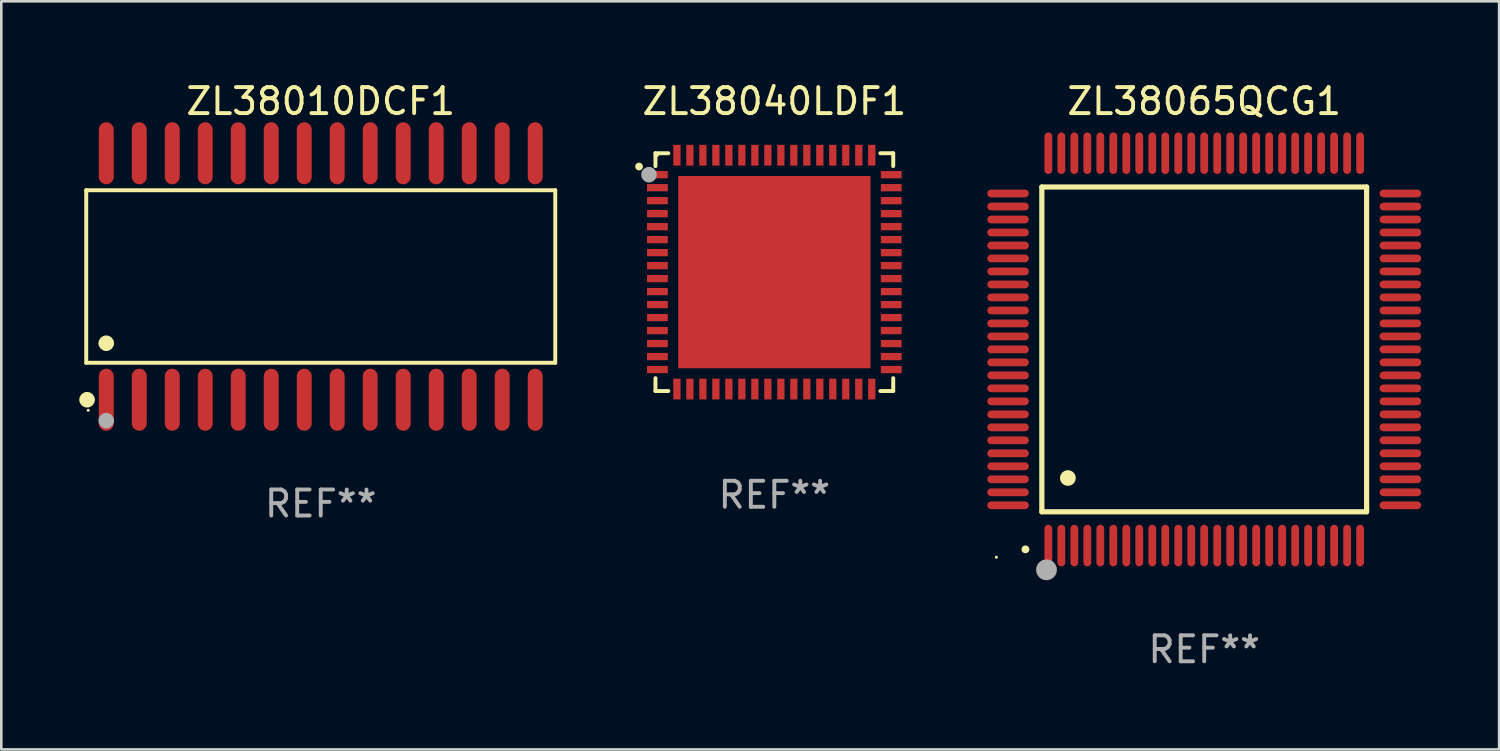
<source format=kicad_pcb>
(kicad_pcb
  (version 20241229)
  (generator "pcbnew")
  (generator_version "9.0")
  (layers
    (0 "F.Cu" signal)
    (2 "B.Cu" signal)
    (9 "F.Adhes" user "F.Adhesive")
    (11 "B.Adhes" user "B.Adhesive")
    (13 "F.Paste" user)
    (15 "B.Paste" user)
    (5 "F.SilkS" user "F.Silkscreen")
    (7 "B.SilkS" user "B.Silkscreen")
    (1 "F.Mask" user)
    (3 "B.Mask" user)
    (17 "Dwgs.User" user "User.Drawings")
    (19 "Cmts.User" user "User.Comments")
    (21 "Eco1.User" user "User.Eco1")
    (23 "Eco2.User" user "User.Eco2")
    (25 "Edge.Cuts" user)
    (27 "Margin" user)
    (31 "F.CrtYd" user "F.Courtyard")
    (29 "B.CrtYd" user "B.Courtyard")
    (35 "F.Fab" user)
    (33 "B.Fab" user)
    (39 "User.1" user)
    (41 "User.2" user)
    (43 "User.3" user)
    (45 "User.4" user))
  (footprint "ZL38040LDF1"
    (layer "F.Cu")
    (at 26.754 7.424)
    (property "Reference" "ZL38040LDF1" (at 0 -6.576 0) (layer "F.SilkS") (effects (font (size 1 1) (thickness 0.15))))
    (attr through_hole)
    (fp_line (start -4.576 -4.576) (end -4.576 -4.081) (stroke (width 0.152) (type solid)) (layer "F.SilkS"))
    (fp_line (start -4.576 4.576) (end -4.576 4.081) (stroke (width 0.152) (type solid)) (layer "F.SilkS"))
    (fp_line (start -4.081 -4.576) (end -4.576 -4.576) (stroke (width 0.152) (type solid)) (layer "F.SilkS"))
    (fp_line (start -4.081 4.576) (end -4.576 4.576) (stroke (width 0.152) (type solid)) (layer "F.SilkS"))
    (fp_line (start 4.081 -4.576) (end 4.576 -4.576) (stroke (width 0.152) (type solid)) (layer "F.SilkS"))
    (fp_line (start 4.081 4.576) (end 4.576 4.576) (stroke (width 0.152) (type solid)) (layer "F.SilkS"))
    (fp_line (start 4.576 -4.576) (end 4.576 -4.081) (stroke (width 0.152) (type solid)) (layer "F.SilkS"))
    (fp_line (start 4.576 4.576) (end 4.576 4.081) (stroke (width 0.152) (type solid)) (layer "F.SilkS"))
    (fp_circle (center -5.207 -4.064) (end -5.132 -4.064) (stroke (width 0.15) (type solid)) (fill no) (layer "F.SilkS"))
    (fp_circle (center -4.5 -4.5) (end -4.47 -4.5) (stroke (width 0.06) (type solid)) (fill no) (layer "F.SilkS"))
    (fp_circle (center -4.826 -3.75) (end -4.676 -3.75) (stroke (width 0.3) (type solid)) (fill no) (layer "F.Fab"))
    (fp_text user "REF**" (at 0 8.576 0) (layer "F.Fab") (effects (font (size 1 1) (thickness 0.15))))
    (pad "1" smd rect (at -4.5 -3.75) (size 0.8 0.28) (layers "F.Cu" "F.Mask" "F.Paste"))
    (pad "2" smd rect (at -4.5 -3.25) (size 0.8 0.28) (layers "F.Cu" "F.Mask" "F.Paste"))
    (pad "3" smd rect (at -4.5 -2.75) (size 0.8 0.28) (layers "F.Cu" "F.Mask" "F.Paste"))
    (pad "4" smd rect (at -4.5 -2.25) (size 0.8 0.28) (layers "F.Cu" "F.Mask" "F.Paste"))
    (pad "5" smd rect (at -4.5 -1.75) (size 0.8 0.28) (layers "F.Cu" "F.Mask" "F.Paste"))
    (pad "6" smd rect (at -4.5 -1.25) (size 0.8 0.28) (layers "F.Cu" "F.Mask" "F.Paste"))
    (pad "7" smd rect (at -4.5 -0.75) (size 0.8 0.28) (layers "F.Cu" "F.Mask" "F.Paste"))
    (pad "8" smd rect (at -4.5 -0.25) (size 0.8 0.28) (layers "F.Cu" "F.Mask" "F.Paste"))
    (pad "9" smd rect (at -4.5 0.25) (size 0.8 0.28) (layers "F.Cu" "F.Mask" "F.Paste"))
    (pad "10" smd rect (at -4.5 0.75) (size 0.8 0.28) (layers "F.Cu" "F.Mask" "F.Paste"))
    (pad "11" smd rect (at -4.5 1.25) (size 0.8 0.28) (layers "F.Cu" "F.Mask" "F.Paste"))
    (pad "12" smd rect (at -4.5 1.75) (size 0.8 0.28) (layers "F.Cu" "F.Mask" "F.Paste"))
    (pad "13" smd rect (at -4.5 2.25) (size 0.8 0.28) (layers "F.Cu" "F.Mask" "F.Paste"))
    (pad "14" smd rect (at -4.5 2.75) (size 0.8 0.28) (layers "F.Cu" "F.Mask" "F.Paste"))
    (pad "15" smd rect (at -4.5 3.25) (size 0.8 0.28) (layers "F.Cu" "F.Mask" "F.Paste"))
    (pad "16" smd rect (at -4.5 3.75) (size 0.8 0.28) (layers "F.Cu" "F.Mask" "F.Paste"))
    (pad "17" smd rect (at -3.75 4.5) (size 0.28 0.8) (layers "F.Cu" "F.Mask" "F.Paste"))
    (pad "18" smd rect (at -3.25 4.5) (size 0.28 0.8) (layers "F.Cu" "F.Mask" "F.Paste"))
    (pad "19" smd rect (at -2.75 4.5) (size 0.28 0.8) (layers "F.Cu" "F.Mask" "F.Paste"))
    (pad "20" smd rect (at -2.25 4.5) (size 0.28 0.8) (layers "F.Cu" "F.Mask" "F.Paste"))
    (pad "21" smd rect (at -1.75 4.5) (size 0.28 0.8) (layers "F.Cu" "F.Mask" "F.Paste"))
    (pad "22" smd rect (at -1.25 4.5) (size 0.28 0.8) (layers "F.Cu" "F.Mask" "F.Paste"))
    (pad "23" smd rect (at -0.75 4.5) (size 0.28 0.8) (layers "F.Cu" "F.Mask" "F.Paste"))
    (pad "24" smd rect (at -0.25 4.5) (size 0.28 0.8) (layers "F.Cu" "F.Mask" "F.Paste"))
    (pad "25" smd rect (at 0.25 4.5) (size 0.28 0.8) (layers "F.Cu" "F.Mask" "F.Paste"))
    (pad "26" smd rect (at 0.75 4.5) (size 0.28 0.8) (layers "F.Cu" "F.Mask" "F.Paste"))
    (pad "27" smd rect (at 1.25 4.5) (size 0.28 0.8) (layers "F.Cu" "F.Mask" "F.Paste"))
    (pad "28" smd rect (at 1.75 4.5) (size 0.28 0.8) (layers "F.Cu" "F.Mask" "F.Paste"))
    (pad "29" smd rect (at 2.25 4.5) (size 0.28 0.8) (layers "F.Cu" "F.Mask" "F.Paste"))
    (pad "30" smd rect (at 2.75 4.5) (size 0.28 0.8) (layers "F.Cu" "F.Mask" "F.Paste"))
    (pad "31" smd rect (at 3.25 4.5) (size 0.28 0.8) (layers "F.Cu" "F.Mask" "F.Paste"))
    (pad "32" smd rect (at 3.75 4.5) (size 0.28 0.8) (layers "F.Cu" "F.Mask" "F.Paste"))
    (pad "33" smd rect (at 4.5 3.75) (size 0.8 0.28) (layers "F.Cu" "F.Mask" "F.Paste"))
    (pad "34" smd rect (at 4.5 3.25) (size 0.8 0.28) (layers "F.Cu" "F.Mask" "F.Paste"))
    (pad "35" smd rect (at 4.5 2.75) (size 0.8 0.28) (layers "F.Cu" "F.Mask" "F.Paste"))
    (pad "36" smd rect (at 4.5 2.25) (size 0.8 0.28) (layers "F.Cu" "F.Mask" "F.Paste"))
    (pad "37" smd rect (at 4.5 1.75) (size 0.8 0.28) (layers "F.Cu" "F.Mask" "F.Paste"))
    (pad "38" smd rect (at 4.5 1.25) (size 0.8 0.28) (layers "F.Cu" "F.Mask" "F.Paste"))
    (pad "39" smd rect (at 4.5 0.75) (size 0.8 0.28) (layers "F.Cu" "F.Mask" "F.Paste"))
    (pad "40" smd rect (at 4.5 0.25) (size 0.8 0.28) (layers "F.Cu" "F.Mask" "F.Paste"))
    (pad "41" smd rect (at 4.5 -0.25) (size 0.8 0.28) (layers "F.Cu" "F.Mask" "F.Paste"))
    (pad "42" smd rect (at 4.5 -0.75) (size 0.8 0.28) (layers "F.Cu" "F.Mask" "F.Paste"))
    (pad "43" smd rect (at 4.5 -1.25) (size 0.8 0.28) (layers "F.Cu" "F.Mask" "F.Paste"))
    (pad "44" smd rect (at 4.5 -1.75) (size 0.8 0.28) (layers "F.Cu" "F.Mask" "F.Paste"))
    (pad "45" smd rect (at 4.5 -2.25) (size 0.8 0.28) (layers "F.Cu" "F.Mask" "F.Paste"))
    (pad "46" smd rect (at 4.5 -2.75) (size 0.8 0.28) (layers "F.Cu" "F.Mask" "F.Paste"))
    (pad "47" smd rect (at 4.5 -3.25) (size 0.8 0.28) (layers "F.Cu" "F.Mask" "F.Paste"))
    (pad "48" smd rect (at 4.5 -3.75) (size 0.8 0.28) (layers "F.Cu" "F.Mask" "F.Paste"))
    (pad "49" smd rect (at 3.75 -4.5) (size 0.28 0.8) (layers "F.Cu" "F.Mask" "F.Paste"))
    (pad "50" smd rect (at 3.25 -4.5) (size 0.28 0.8) (layers "F.Cu" "F.Mask" "F.Paste"))
    (pad "51" smd rect (at 2.75 -4.5) (size 0.28 0.8) (layers "F.Cu" "F.Mask" "F.Paste"))
    (pad "52" smd rect (at 2.25 -4.5) (size 0.28 0.8) (layers "F.Cu" "F.Mask" "F.Paste"))
    (pad "53" smd rect (at 1.75 -4.5) (size 0.28 0.8) (layers "F.Cu" "F.Mask" "F.Paste"))
    (pad "54" smd rect (at 1.25 -4.5) (size 0.28 0.8) (layers "F.Cu" "F.Mask" "F.Paste"))
    (pad "55" smd rect (at 0.75 -4.5) (size 0.28 0.8) (layers "F.Cu" "F.Mask" "F.Paste"))
    (pad "56" smd rect (at 0.25 -4.5) (size 0.28 0.8) (layers "F.Cu" "F.Mask" "F.Paste"))
    (pad "57" smd rect (at -0.25 -4.5) (size 0.28 0.8) (layers "F.Cu" "F.Mask" "F.Paste"))
    (pad "58" smd rect (at -0.75 -4.5) (size 0.28 0.8) (layers "F.Cu" "F.Mask" "F.Paste"))
    (pad "59" smd rect (at -1.25 -4.5) (size 0.28 0.8) (layers "F.Cu" "F.Mask" "F.Paste"))
    (pad "60" smd rect (at -1.75 -4.5) (size 0.28 0.8) (layers "F.Cu" "F.Mask" "F.Paste"))
    (pad "61" smd rect (at -2.25 -4.5) (size 0.28 0.8) (layers "F.Cu" "F.Mask" "F.Paste"))
    (pad "62" smd rect (at -2.75 -4.5) (size 0.28 0.8) (layers "F.Cu" "F.Mask" "F.Paste"))
    (pad "63" smd rect (at -3.25 -4.5) (size 0.28 0.8) (layers "F.Cu" "F.Mask" "F.Paste"))
    (pad "64" smd rect (at -3.75 -4.5) (size 0.28 0.8) (layers "F.Cu" "F.Mask" "F.Paste"))
    (pad "65" smd rect (at 0 0) (size 7.4 7.4) (layers "F.Cu" "F.Mask" "F.Paste")))
  (footprint "ZL38065QCG1"
    (layer "F.Cu")
    (at 43.3 10.398)
    (property "Reference" "ZL38065QCG1" (at 0 -9.55 0) (layer "F.SilkS") (effects (font (size 1 1) (thickness 0.15))))
    (attr through_hole)
    (fp_line (start -6.25 -6.25) (end -6.25 6.25) (stroke (width 0.2) (type solid)) (layer "F.SilkS"))
    (fp_line (start -6.25 6.25) (end 6.25 6.25) (stroke (width 0.2) (type solid)) (layer "F.SilkS"))
    (fp_line (start 6.25 -6.25) (end -6.25 -6.25) (stroke (width 0.2) (type solid)) (layer "F.SilkS"))
    (fp_line (start 6.25 6.25) (end 6.25 -6.25) (stroke (width 0.2) (type solid)) (layer "F.SilkS"))
    (fp_arc (start -6.883414 7.696215) (mid -6.882144 7.69621) (end -6.880874 7.696215) (stroke (width 0.3) (type solid)) (layer "F.SilkS"))
    (fp_arc (start -5.250191 4.95047) (mid -5.247651 4.950459) (end -5.245111 4.95047) (stroke (width 0.6) (type solid)) (layer "F.SilkS"))
    (fp_circle (center -8 8) (end -7.97 8) (stroke (width 0.06) (type solid)) (fill no) (layer "F.SilkS"))
    (fp_circle (center -6.071 8.484) (end -5.871 8.484) (stroke (width 0.4) (type solid)) (fill no) (layer "F.Fab"))
    (fp_text user "REF**" (at 0 11.55 0) (layer "F.Fab") (effects (font (size 1 1) (thickness 0.15))))
    (pad "1" smd oval (at -6 7.55) (size 0.3 1.6) (layers "F.Cu" "F.Mask" "F.Paste"))
    (pad "2" smd oval (at -5.5 7.55) (size 0.3 1.6) (layers "F.Cu" "F.Mask" "F.Paste"))
    (pad "3" smd oval (at -5 7.55) (size 0.3 1.6) (layers "F.Cu" "F.Mask" "F.Paste"))
    (pad "4" smd oval (at -4.5 7.55) (size 0.3 1.6) (layers "F.Cu" "F.Mask" "F.Paste"))
    (pad "5" smd oval (at -4 7.55) (size 0.3 1.6) (layers "F.Cu" "F.Mask" "F.Paste"))
    (pad "6" smd oval (at -3.5 7.55) (size 0.3 1.6) (layers "F.Cu" "F.Mask" "F.Paste"))
    (pad "7" smd oval (at -3 7.55) (size 0.3 1.6) (layers "F.Cu" "F.Mask" "F.Paste"))
    (pad "8" smd oval (at -2.5 7.55) (size 0.3 1.6) (layers "F.Cu" "F.Mask" "F.Paste"))
    (pad "9" smd oval (at -2 7.55) (size 0.3 1.6) (layers "F.Cu" "F.Mask" "F.Paste"))
    (pad "10" smd oval (at -1.5 7.55) (size 0.3 1.6) (layers "F.Cu" "F.Mask" "F.Paste"))
    (pad "11" smd oval (at -1 7.55) (size 0.3 1.6) (layers "F.Cu" "F.Mask" "F.Paste"))
    (pad "12" smd oval (at -0.5 7.55) (size 0.3 1.6) (layers "F.Cu" "F.Mask" "F.Paste"))
    (pad "13" smd oval (at 0 7.55) (size 0.3 1.6) (layers "F.Cu" "F.Mask" "F.Paste"))
    (pad "14" smd oval (at 0.5 7.55) (size 0.3 1.6) (layers "F.Cu" "F.Mask" "F.Paste"))
    (pad "15" smd oval (at 1 7.55) (size 0.3 1.6) (layers "F.Cu" "F.Mask" "F.Paste"))
    (pad "16" smd oval (at 1.5 7.55) (size 0.3 1.6) (layers "F.Cu" "F.Mask" "F.Paste"))
    (pad "17" smd oval (at 2 7.55) (size 0.3 1.6) (layers "F.Cu" "F.Mask" "F.Paste"))
    (pad "18" smd oval (at 2.5 7.55) (size 0.3 1.6) (layers "F.Cu" "F.Mask" "F.Paste"))
    (pad "19" smd oval (at 3 7.55) (size 0.3 1.6) (layers "F.Cu" "F.Mask" "F.Paste"))
    (pad "20" smd oval (at 3.5 7.55) (size 0.3 1.6) (layers "F.Cu" "F.Mask" "F.Paste"))
    (pad "21" smd oval (at 4 7.55) (size 0.3 1.6) (layers "F.Cu" "F.Mask" "F.Paste"))
    (pad "22" smd oval (at 4.5 7.55) (size 0.3 1.6) (layers "F.Cu" "F.Mask" "F.Paste"))
    (pad "23" smd oval (at 5 7.55) (size 0.3 1.6) (layers "F.Cu" "F.Mask" "F.Paste"))
    (pad "24" smd oval (at 5.5 7.55) (size 0.3 1.6) (layers "F.Cu" "F.Mask" "F.Paste"))
    (pad "25" smd oval (at 6 7.55) (size 0.3 1.6) (layers "F.Cu" "F.Mask" "F.Paste"))
    (pad "26" smd oval (at 7.55 6) (size 1.6 0.3) (layers "F.Cu" "F.Mask" "F.Paste"))
    (pad "27" smd oval (at 7.55 5.5) (size 1.6 0.3) (layers "F.Cu" "F.Mask" "F.Paste"))
    (pad "28" smd oval (at 7.55 5) (size 1.6 0.3) (layers "F.Cu" "F.Mask" "F.Paste"))
    (pad "29" smd oval (at 7.55 4.5) (size 1.6 0.3) (layers "F.Cu" "F.Mask" "F.Paste"))
    (pad "30" smd oval (at 7.55 4) (size 1.6 0.3) (layers "F.Cu" "F.Mask" "F.Paste"))
    (pad "31" smd oval (at 7.55 3.5) (size 1.6 0.3) (layers "F.Cu" "F.Mask" "F.Paste"))
    (pad "32" smd oval (at 7.55 3) (size 1.6 0.3) (layers "F.Cu" "F.Mask" "F.Paste"))
    (pad "33" smd oval (at 7.55 2.5) (size 1.6 0.3) (layers "F.Cu" "F.Mask" "F.Paste"))
    (pad "34" smd oval (at 7.55 2) (size 1.6 0.3) (layers "F.Cu" "F.Mask" "F.Paste"))
    (pad "35" smd oval (at 7.55 1.5) (size 1.6 0.3) (layers "F.Cu" "F.Mask" "F.Paste"))
    (pad "36" smd oval (at 7.55 1) (size 1.6 0.3) (layers "F.Cu" "F.Mask" "F.Paste"))
    (pad "37" smd oval (at 7.55 0.5) (size 1.6 0.3) (layers "F.Cu" "F.Mask" "F.Paste"))
    (pad "38" smd oval (at 7.55 0) (size 1.6 0.3) (layers "F.Cu" "F.Mask" "F.Paste"))
    (pad "39" smd oval (at 7.55 -0.5) (size 1.6 0.3) (layers "F.Cu" "F.Mask" "F.Paste"))
    (pad "40" smd oval (at 7.55 -1) (size 1.6 0.3) (layers "F.Cu" "F.Mask" "F.Paste"))
    (pad "41" smd oval (at 7.55 -1.5) (size 1.6 0.3) (layers "F.Cu" "F.Mask" "F.Paste"))
    (pad "42" smd oval (at 7.55 -2) (size 1.6 0.3) (layers "F.Cu" "F.Mask" "F.Paste"))
    (pad "43" smd oval (at 7.55 -2.5) (size 1.6 0.3) (layers "F.Cu" "F.Mask" "F.Paste"))
    (pad "44" smd oval (at 7.55 -3) (size 1.6 0.3) (layers "F.Cu" "F.Mask" "F.Paste"))
    (pad "45" smd oval (at 7.55 -3.5) (size 1.6 0.3) (layers "F.Cu" "F.Mask" "F.Paste"))
    (pad "46" smd oval (at 7.55 -4) (size 1.6 0.3) (layers "F.Cu" "F.Mask" "F.Paste"))
    (pad "47" smd oval (at 7.55 -4.5) (size 1.6 0.3) (layers "F.Cu" "F.Mask" "F.Paste"))
    (pad "48" smd oval (at 7.55 -5) (size 1.6 0.3) (layers "F.Cu" "F.Mask" "F.Paste"))
    (pad "49" smd oval (at 7.55 -5.5) (size 1.6 0.3) (layers "F.Cu" "F.Mask" "F.Paste"))
    (pad "50" smd oval (at 7.55 -6) (size 1.6 0.3) (layers "F.Cu" "F.Mask" "F.Paste"))
    (pad "51" smd oval (at 6 -7.55) (size 0.3 1.6) (layers "F.Cu" "F.Mask" "F.Paste"))
    (pad "52" smd oval (at 5.5 -7.55) (size 0.3 1.6) (layers "F.Cu" "F.Mask" "F.Paste"))
    (pad "53" smd oval (at 5 -7.55) (size 0.3 1.6) (layers "F.Cu" "F.Mask" "F.Paste"))
    (pad "54" smd oval (at 4.5 -7.55) (size 0.3 1.6) (layers "F.Cu" "F.Mask" "F.Paste"))
    (pad "55" smd oval (at 4 -7.55) (size 0.3 1.6) (layers "F.Cu" "F.Mask" "F.Paste"))
    (pad "56" smd oval (at 3.5 -7.55) (size 0.3 1.6) (layers "F.Cu" "F.Mask" "F.Paste"))
    (pad "57" smd oval (at 3 -7.55) (size 0.3 1.6) (layers "F.Cu" "F.Mask" "F.Paste"))
    (pad "58" smd oval (at 2.5 -7.55) (size 0.3 1.6) (layers "F.Cu" "F.Mask" "F.Paste"))
    (pad "59" smd oval (at 2 -7.55) (size 0.3 1.6) (layers "F.Cu" "F.Mask" "F.Paste"))
    (pad "60" smd oval (at 1.5 -7.55) (size 0.3 1.6) (layers "F.Cu" "F.Mask" "F.Paste"))
    (pad "61" smd oval (at 1 -7.55) (size 0.3 1.6) (layers "F.Cu" "F.Mask" "F.Paste"))
    (pad "62" smd oval (at 0.5 -7.55) (size 0.3 1.6) (layers "F.Cu" "F.Mask" "F.Paste"))
    (pad "63" smd oval (at 0 -7.55) (size 0.3 1.6) (layers "F.Cu" "F.Mask" "F.Paste"))
    (pad "64" smd oval (at -0.5 -7.55) (size 0.3 1.6) (layers "F.Cu" "F.Mask" "F.Paste"))
    (pad "65" smd oval (at -1 -7.55) (size 0.3 1.6) (layers "F.Cu" "F.Mask" "F.Paste"))
    (pad "66" smd oval (at -1.5 -7.55) (size 0.3 1.6) (layers "F.Cu" "F.Mask" "F.Paste"))
    (pad "67" smd oval (at -2 -7.55) (size 0.3 1.6) (layers "F.Cu" "F.Mask" "F.Paste"))
    (pad "68" smd oval (at -2.5 -7.55) (size 0.3 1.6) (layers "F.Cu" "F.Mask" "F.Paste"))
    (pad "69" smd oval (at -3 -7.55) (size 0.3 1.6) (layers "F.Cu" "F.Mask" "F.Paste"))
    (pad "70" smd oval (at -3.5 -7.55) (size 0.3 1.6) (layers "F.Cu" "F.Mask" "F.Paste"))
    (pad "71" smd oval (at -4 -7.55) (size 0.3 1.6) (layers "F.Cu" "F.Mask" "F.Paste"))
    (pad "72" smd oval (at -4.5 -7.55) (size 0.3 1.6) (layers "F.Cu" "F.Mask" "F.Paste"))
    (pad "73" smd oval (at -5 -7.55) (size 0.3 1.6) (layers "F.Cu" "F.Mask" "F.Paste"))
    (pad "74" smd oval (at -5.5 -7.55) (size 0.3 1.6) (layers "F.Cu" "F.Mask" "F.Paste"))
    (pad "75" smd oval (at -6 -7.55) (size 0.3 1.6) (layers "F.Cu" "F.Mask" "F.Paste"))
    (pad "76" smd oval (at -7.55 -6) (size 1.6 0.3) (layers "F.Cu" "F.Mask" "F.Paste"))
    (pad "77" smd oval (at -7.55 -5.5) (size 1.6 0.3) (layers "F.Cu" "F.Mask" "F.Paste"))
    (pad "78" smd oval (at -7.55 -5) (size 1.6 0.3) (layers "F.Cu" "F.Mask" "F.Paste"))
    (pad "79" smd oval (at -7.55 -4.5) (size 1.6 0.3) (layers "F.Cu" "F.Mask" "F.Paste"))
    (pad "80" smd oval (at -7.55 -4) (size 1.6 0.3) (layers "F.Cu" "F.Mask" "F.Paste"))
    (pad "81" smd oval (at -7.55 -3.5) (size 1.6 0.3) (layers "F.Cu" "F.Mask" "F.Paste"))
    (pad "82" smd oval (at -7.55 -3) (size 1.6 0.3) (layers "F.Cu" "F.Mask" "F.Paste"))
    (pad "83" smd oval (at -7.55 -2.5) (size 1.6 0.3) (layers "F.Cu" "F.Mask" "F.Paste"))
    (pad "84" smd oval (at -7.55 -2) (size 1.6 0.3) (layers "F.Cu" "F.Mask" "F.Paste"))
    (pad "85" smd oval (at -7.55 -1.5) (size 1.6 0.3) (layers "F.Cu" "F.Mask" "F.Paste"))
    (pad "86" smd oval (at -7.55 -1) (size 1.6 0.3) (layers "F.Cu" "F.Mask" "F.Paste"))
    (pad "87" smd oval (at -7.55 -0.5) (size 1.6 0.3) (layers "F.Cu" "F.Mask" "F.Paste"))
    (pad "88" smd oval (at -7.55 0) (size 1.6 0.3) (layers "F.Cu" "F.Mask" "F.Paste"))
    (pad "89" smd oval (at -7.55 0.5) (size 1.6 0.3) (layers "F.Cu" "F.Mask" "F.Paste"))
    (pad "90" smd oval (at -7.55 1) (size 1.6 0.3) (layers "F.Cu" "F.Mask" "F.Paste"))
    (pad "91" smd oval (at -7.55 1.5) (size 1.6 0.3) (layers "F.Cu" "F.Mask" "F.Paste"))
    (pad "92" smd oval (at -7.55 2) (size 1.6 0.3) (layers "F.Cu" "F.Mask" "F.Paste"))
    (pad "93" smd oval (at -7.55 2.5) (size 1.6 0.3) (layers "F.Cu" "F.Mask" "F.Paste"))
    (pad "94" smd oval (at -7.55 3) (size 1.6 0.3) (layers "F.Cu" "F.Mask" "F.Paste"))
    (pad "95" smd oval (at -7.55 3.5) (size 1.6 0.3) (layers "F.Cu" "F.Mask" "F.Paste"))
    (pad "96" smd oval (at -7.55 4) (size 1.6 0.3) (layers "F.Cu" "F.Mask" "F.Paste"))
    (pad "97" smd oval (at -7.55 4.5) (size 1.6 0.3) (layers "F.Cu" "F.Mask" "F.Paste"))
    (pad "98" smd oval (at -7.55 5) (size 1.6 0.3) (layers "F.Cu" "F.Mask" "F.Paste"))
    (pad "99" smd oval (at -7.55 5.5) (size 1.6 0.3) (layers "F.Cu" "F.Mask" "F.Paste"))
    (pad "100" smd oval (at -7.55 6) (size 1.6 0.3) (layers "F.Cu" "F.Mask" "F.Paste")))
  (footprint "ZL38010DCF1"
    (layer "F.Cu")
    (at 9.295 7.592)
    (property "Reference" "ZL38010DCF1" (at 0 -6.744 0) (layer "F.SilkS") (effects (font (size 1 1) (thickness 0.15))))
    (attr through_hole)
    (fp_line (start -9.026 -3.321) (end 9.026 -3.321) (stroke (width 0.152) (type solid)) (layer "F.SilkS"))
    (fp_line (start -9.026 3.321) (end -9.026 -3.321) (stroke (width 0.152) (type solid)) (layer "F.SilkS"))
    (fp_line (start 9.026 -3.321) (end 9.026 3.321) (stroke (width 0.152) (type solid)) (layer "F.SilkS"))
    (fp_line (start 9.026 3.321) (end -9.026 3.321) (stroke (width 0.152) (type solid)) (layer "F.SilkS"))
    (fp_circle (center -8.994 4.744) (end -8.844 4.744) (stroke (width 0.3) (type solid)) (fill no) (layer "F.SilkS"))
    (fp_circle (center -8.95 5.15) (end -8.92 5.15) (stroke (width 0.06) (type solid)) (fill no) (layer "F.SilkS"))
    (fp_circle (center -8.255 2.569) (end -8.105 2.569) (stroke (width 0.3) (type solid)) (fill no) (layer "F.SilkS"))
    (fp_circle (center -8.255 5.55) (end -8.105 5.55) (stroke (width 0.3) (type solid)) (fill no) (layer "F.Fab"))
    (fp_text user "REF**" (at 0 8.744 0) (layer "F.Fab") (effects (font (size 1 1) (thickness 0.15))))
    (pad "1" smd oval (at -8.255 4.744) (size 0.574 2.388) (layers "F.Cu" "F.Mask" "F.Paste"))
    (pad "2" smd oval (at -6.985 4.744) (size 0.574 2.388) (layers "F.Cu" "F.Mask" "F.Paste"))
    (pad "3" smd oval (at -5.715 4.744) (size 0.574 2.388) (layers "F.Cu" "F.Mask" "F.Paste"))
    (pad "4" smd oval (at -4.445 4.744) (size 0.574 2.388) (layers "F.Cu" "F.Mask" "F.Paste"))
    (pad "5" smd oval (at -3.175 4.744) (size 0.574 2.388) (layers "F.Cu" "F.Mask" "F.Paste"))
    (pad "6" smd oval (at -1.905 4.744) (size 0.574 2.388) (layers "F.Cu" "F.Mask" "F.Paste"))
    (pad "7" smd oval (at -0.635 4.744) (size 0.574 2.388) (layers "F.Cu" "F.Mask" "F.Paste"))
    (pad "8" smd oval (at 0.635 4.744) (size 0.574 2.388) (layers "F.Cu" "F.Mask" "F.Paste"))
    (pad "9" smd oval (at 1.905 4.744) (size 0.574 2.388) (layers "F.Cu" "F.Mask" "F.Paste"))
    (pad "10" smd oval (at 3.175 4.744) (size 0.574 2.388) (layers "F.Cu" "F.Mask" "F.Paste"))
    (pad "11" smd oval (at 4.445 4.744) (size 0.574 2.388) (layers "F.Cu" "F.Mask" "F.Paste"))
    (pad "12" smd oval (at 5.715 4.744) (size 0.574 2.388) (layers "F.Cu" "F.Mask" "F.Paste"))
    (pad "13" smd oval (at 6.985 4.744) (size 0.574 2.388) (layers "F.Cu" "F.Mask" "F.Paste"))
    (pad "14" smd oval (at 8.255 4.744) (size 0.574 2.388) (layers "F.Cu" "F.Mask" "F.Paste"))
    (pad "15" smd oval (at 8.255 -4.744) (size 0.574 2.388) (layers "F.Cu" "F.Mask" "F.Paste"))
    (pad "16" smd oval (at 6.985 -4.744) (size 0.574 2.388) (layers "F.Cu" "F.Mask" "F.Paste"))
    (pad "17" smd oval (at 5.715 -4.744) (size 0.574 2.388) (layers "F.Cu" "F.Mask" "F.Paste"))
    (pad "18" smd oval (at 4.445 -4.744) (size 0.574 2.388) (layers "F.Cu" "F.Mask" "F.Paste"))
    (pad "19" smd oval (at 3.175 -4.744) (size 0.574 2.388) (layers "F.Cu" "F.Mask" "F.Paste"))
    (pad "20" smd oval (at 1.905 -4.744) (size 0.574 2.388) (layers "F.Cu" "F.Mask" "F.Paste"))
    (pad "21" smd oval (at 0.635 -4.744) (size 0.574 2.388) (layers "F.Cu" "F.Mask" "F.Paste"))
    (pad "22" smd oval (at -0.635 -4.744) (size 0.574 2.388) (layers "F.Cu" "F.Mask" "F.Paste"))
    (pad "23" smd oval (at -1.905 -4.744) (size 0.574 2.388) (layers "F.Cu" "F.Mask" "F.Paste"))
    (pad "24" smd oval (at -3.175 -4.744) (size 0.574 2.388) (layers "F.Cu" "F.Mask" "F.Paste"))
    (pad "25" smd oval (at -4.445 -4.744) (size 0.574 2.388) (layers "F.Cu" "F.Mask" "F.Paste"))
    (pad "26" smd oval (at -5.715 -4.744) (size 0.574 2.388) (layers "F.Cu" "F.Mask" "F.Paste"))
    (pad "27" smd oval (at -6.985 -4.744) (size 0.574 2.388) (layers "F.Cu" "F.Mask" "F.Paste"))
    (pad "28" smd oval (at -8.255 -4.744) (size 0.574 2.388) (layers "F.Cu" "F.Mask" "F.Paste")))
  (gr_rect
    (start -3 -3)
    (end 54.65 25.796)
    (stroke (width 0.1) (type default))
    (fill no)
    (layer "Edge.Cuts")))
</source>
